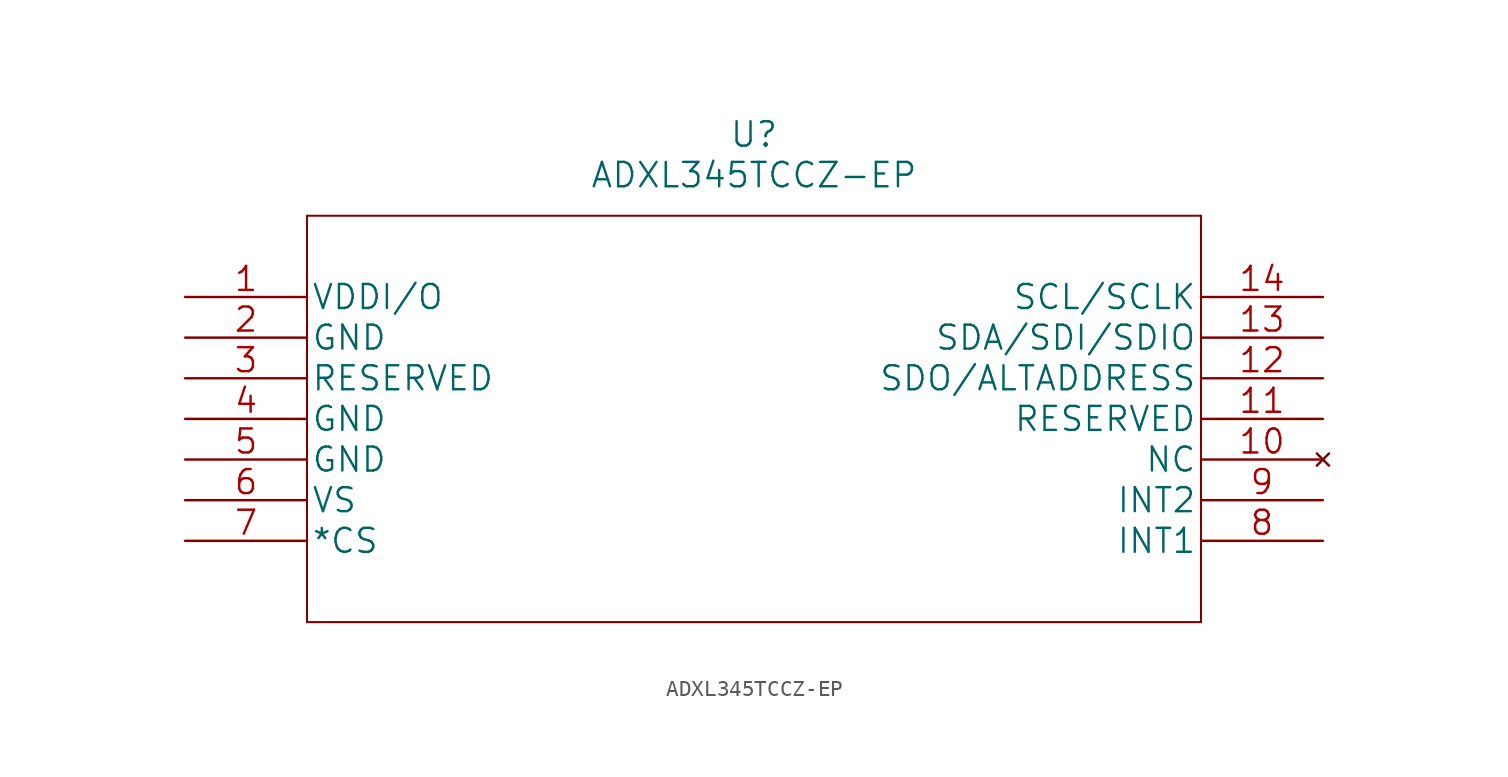
<source format=kicad_sym>
(kicad_symbol_lib
  (version 20211014)
  (generator kicad_symbol_editor)
  (symbol "ADXL345TCCZ-EP"
    (pin_names
      (offset 0.254))
    (property "Reference" "U"
      (at 35.56 10.16 0)
      (effects (font (size 1.524 1.524))))
    (property "Value" "ADXL345TCCZ-EP"
      (at 35.56 7.62 0)
      (effects (font (size 1.524 1.524))))
    (property "Datasheet" ""
      (at 0 0 0)
      (effects (font (size 1.524 1.524))))
    (property "ki_locked" ""
      (at 0 0 0)
      (effects (font (size 1.27 1.27))))
    (symbol "ADXL345TCCZ-EP_1_1"
      (polyline (pts (xy 7.62 -20.32) (xy 63.5 -20.32)) (stroke (width 0.127) (type default) (color 0 0 0 0)) (fill (type none)))
      (polyline (pts (xy 7.62 5.08) (xy 7.62 -20.32)) (stroke (width 0.127) (type default) (color 0 0 0 0)) (fill (type none)))
      (polyline (pts (xy 63.5 -20.32) (xy 63.5 5.08)) (stroke (width 0.127) (type default) (color 0 0 0 0)) (fill (type none)))
      (polyline (pts (xy 63.5 5.08) (xy 7.62 5.08)) (stroke (width 0.127) (type default) (color 0 0 0 0)) (fill (type none)))
      (pin power_in line (at 0 0 0) (length 7.62) (name "VDDI/O" (effects (font (size 1.499 1.499)))) (number "1" (effects (font (size 1.499 1.499)))))
      (pin no_connect line (at 71.12 -10.16 180) (length 7.62) (name "NC" (effects (font (size 1.499 1.499)))) (number "10" (effects (font (size 1.499 1.499)))))
      (pin unspecified line (at 71.12 -7.62 180) (length 7.62) (name "RESERVED" (effects (font (size 1.499 1.499)))) (number "11" (effects (font (size 1.499 1.499)))))
      (pin unspecified line (at 71.12 -5.08 180) (length 7.62) (name "SDO/ALTADDRESS" (effects (font (size 1.499 1.499)))) (number "12" (effects (font (size 1.499 1.499)))))
      (pin unspecified line (at 71.12 -2.54 180) (length 7.62) (name "SDA/SDI/SDIO" (effects (font (size 1.499 1.499)))) (number "13" (effects (font (size 1.499 1.499)))))
      (pin unspecified line (at 71.12 0 180) (length 7.62) (name "SCL/SCLK" (effects (font (size 1.499 1.499)))) (number "14" (effects (font (size 1.499 1.499)))))
      (pin power_in line (at 0 -2.54 0) (length 7.62) (name "GND" (effects (font (size 1.499 1.499)))) (number "2" (effects (font (size 1.499 1.499)))))
      (pin unspecified line (at 0 -5.08 0) (length 7.62) (name "RESERVED" (effects (font (size 1.499 1.499)))) (number "3" (effects (font (size 1.499 1.499)))))
      (pin power_in line (at 0 -7.62 0) (length 7.62) (name "GND" (effects (font (size 1.499 1.499)))) (number "4" (effects (font (size 1.499 1.499)))))
      (pin power_in line (at 0 -10.16 0) (length 7.62) (name "GND" (effects (font (size 1.499 1.499)))) (number "5" (effects (font (size 1.499 1.499)))))
      (pin unspecified line (at 0 -12.7 0) (length 7.62) (name "VS" (effects (font (size 1.499 1.499)))) (number "6" (effects (font (size 1.499 1.499)))))
      (pin unspecified line (at 0 -15.24 0) (length 7.62) (name "*CS" (effects (font (size 1.499 1.499)))) (number "7" (effects (font (size 1.499 1.499)))))
      (pin bidirectional line (at 71.12 -15.24 180) (length 7.62) (name "INT1" (effects (font (size 1.499 1.499)))) (number "8" (effects (font (size 1.499 1.499)))))
      (pin bidirectional line (at 71.12 -12.7 180) (length 7.62) (name "INT2" (effects (font (size 1.499 1.499)))) (number "9" (effects (font (size 1.499 1.499))))))))
</source>
